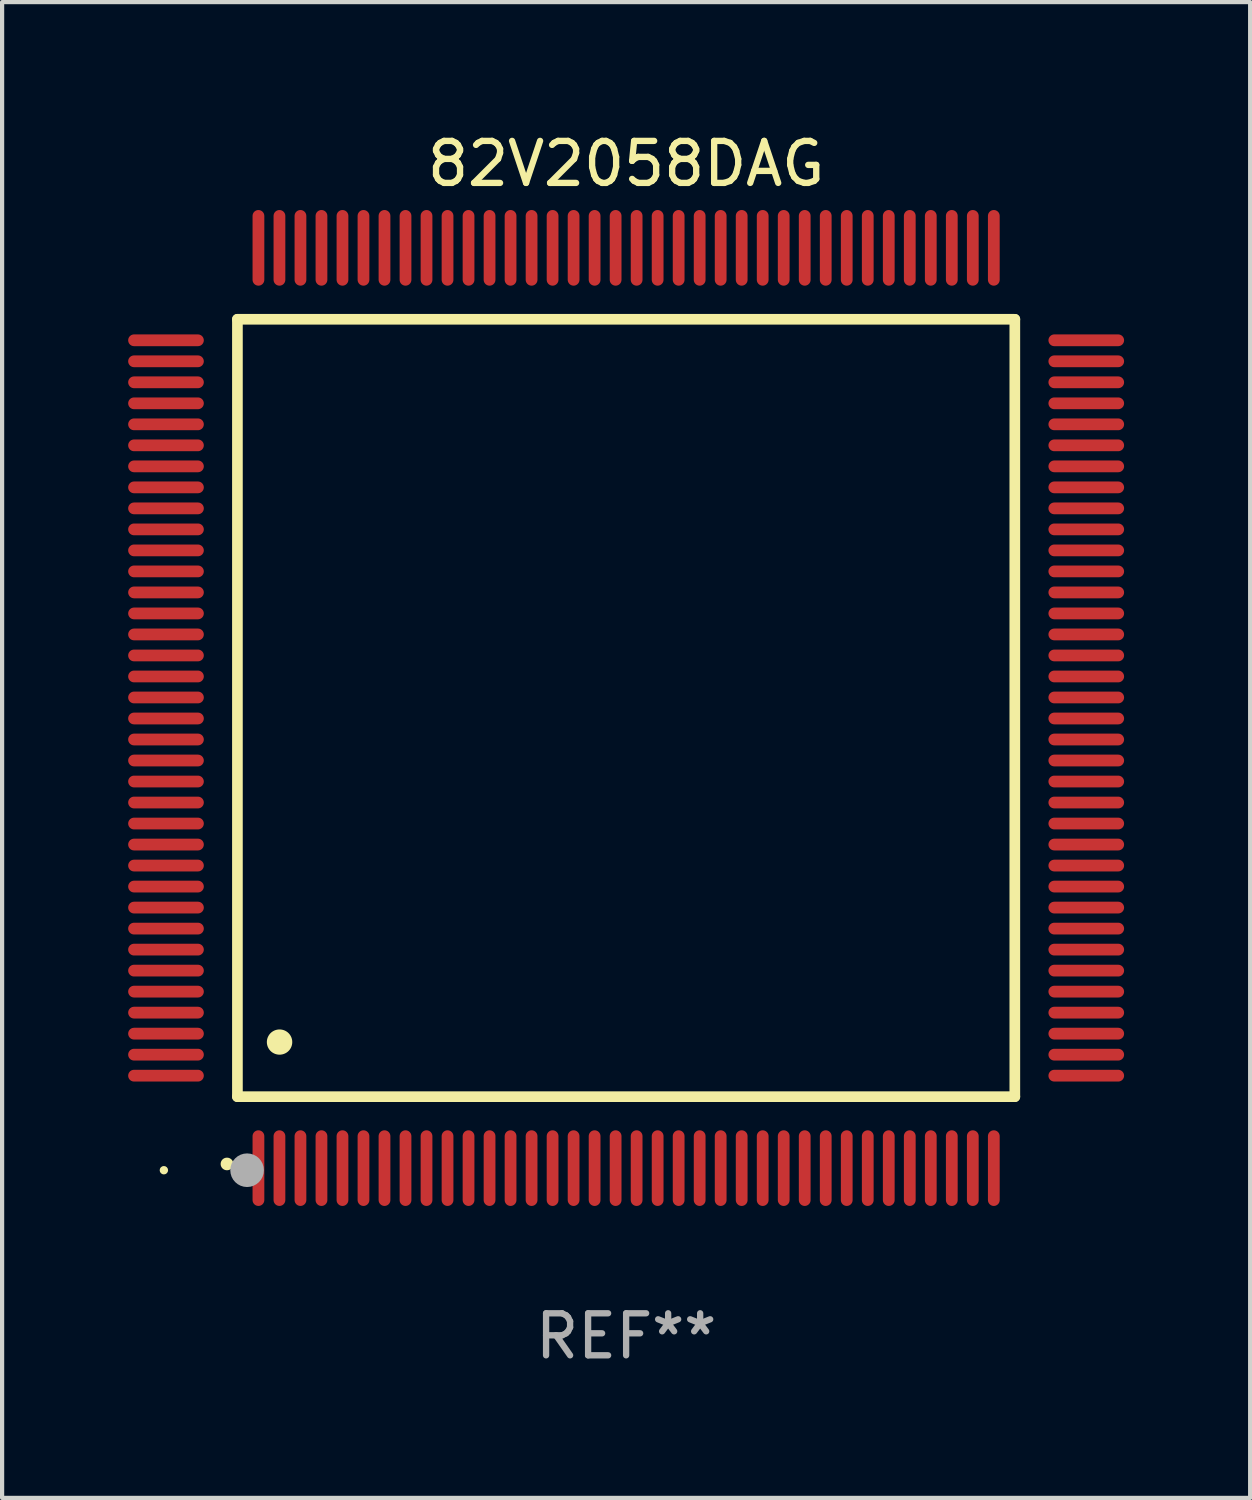
<source format=kicad_pcb>
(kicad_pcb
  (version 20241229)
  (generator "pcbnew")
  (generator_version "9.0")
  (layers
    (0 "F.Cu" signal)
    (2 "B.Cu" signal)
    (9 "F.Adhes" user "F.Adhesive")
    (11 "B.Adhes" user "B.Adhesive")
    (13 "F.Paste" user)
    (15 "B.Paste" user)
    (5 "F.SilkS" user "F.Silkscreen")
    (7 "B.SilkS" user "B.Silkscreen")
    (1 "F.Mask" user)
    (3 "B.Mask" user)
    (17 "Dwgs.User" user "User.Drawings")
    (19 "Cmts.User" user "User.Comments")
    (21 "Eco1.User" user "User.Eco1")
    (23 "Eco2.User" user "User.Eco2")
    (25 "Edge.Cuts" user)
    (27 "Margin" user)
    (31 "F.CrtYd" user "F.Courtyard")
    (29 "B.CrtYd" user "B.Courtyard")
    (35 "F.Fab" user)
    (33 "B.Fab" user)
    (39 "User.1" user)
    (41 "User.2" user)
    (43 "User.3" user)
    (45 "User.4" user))
  (footprint "82V2058DAG"
    (layer "F.Cu")
    (at 11.85 13.798)
    (property "Reference" "82V2058DAG" (at 0 -12.95 0) (layer "F.SilkS") (effects (font (size 1 1) (thickness 0.15))))
    (attr through_hole)
    (fp_line (start -9.25 -9.25) (end -9.25 9.25) (stroke (width 0.254) (type solid)) (layer "F.SilkS"))
    (fp_line (start -9.25 9.25) (end 9.25 9.25) (stroke (width 0.254) (type solid)) (layer "F.SilkS"))
    (fp_line (start 9.25 -9.25) (end -9.25 -9.25) (stroke (width 0.254) (type solid)) (layer "F.SilkS"))
    (fp_line (start 9.25 9.25) (end 9.25 -9.25) (stroke (width 0.254) (type solid)) (layer "F.SilkS"))
    (fp_arc (start -9.499619 10.850902) (mid -9.498349 10.850897) (end -9.497079 10.850902) (stroke (width 0.3) (type solid)) (layer "F.SilkS"))
    (fp_arc (start -8.249936 7.950216) (mid -8.247396 7.950205) (end -8.244856 7.950216) (stroke (width 0.6) (type solid)) (layer "F.SilkS"))
    (fp_circle (center -11 11) (end -10.95 11) (stroke (width 0.1) (type solid)) (fill no) (layer "F.SilkS"))
    (fp_circle (center -9.02 11) (end -8.82 11) (stroke (width 0.4) (type solid)) (fill no) (layer "F.Fab"))
    (fp_text user "REF**" (at 0 14.95 0) (layer "F.Fab") (effects (font (size 1 1) (thickness 0.15))))
    (pad "1" smd oval (at -8.75 10.95) (size 0.28 1.8) (layers "F.Cu" "F.Mask" "F.Paste"))
    (pad "2" smd oval (at -8.25 10.95) (size 0.28 1.8) (layers "F.Cu" "F.Mask" "F.Paste"))
    (pad "3" smd oval (at -7.75 10.95) (size 0.28 1.8) (layers "F.Cu" "F.Mask" "F.Paste"))
    (pad "4" smd oval (at -7.25 10.95) (size 0.28 1.8) (layers "F.Cu" "F.Mask" "F.Paste"))
    (pad "5" smd oval (at -6.75 10.95) (size 0.28 1.8) (layers "F.Cu" "F.Mask" "F.Paste"))
    (pad "6" smd oval (at -6.25 10.95) (size 0.28 1.8) (layers "F.Cu" "F.Mask" "F.Paste"))
    (pad "7" smd oval (at -5.75 10.95) (size 0.28 1.8) (layers "F.Cu" "F.Mask" "F.Paste"))
    (pad "8" smd oval (at -5.25 10.95) (size 0.28 1.8) (layers "F.Cu" "F.Mask" "F.Paste"))
    (pad "9" smd oval (at -4.75 10.95) (size 0.28 1.8) (layers "F.Cu" "F.Mask" "F.Paste"))
    (pad "10" smd oval (at -4.25 10.95) (size 0.28 1.8) (layers "F.Cu" "F.Mask" "F.Paste"))
    (pad "11" smd oval (at -3.75 10.95) (size 0.28 1.8) (layers "F.Cu" "F.Mask" "F.Paste"))
    (pad "12" smd oval (at -3.25 10.95) (size 0.28 1.8) (layers "F.Cu" "F.Mask" "F.Paste"))
    (pad "13" smd oval (at -2.75 10.95) (size 0.28 1.8) (layers "F.Cu" "F.Mask" "F.Paste"))
    (pad "14" smd oval (at -2.25 10.95) (size 0.28 1.8) (layers "F.Cu" "F.Mask" "F.Paste"))
    (pad "15" smd oval (at -1.75 10.95) (size 0.28 1.8) (layers "F.Cu" "F.Mask" "F.Paste"))
    (pad "16" smd oval (at -1.25 10.95) (size 0.28 1.8) (layers "F.Cu" "F.Mask" "F.Paste"))
    (pad "17" smd oval (at -0.75 10.95) (size 0.28 1.8) (layers "F.Cu" "F.Mask" "F.Paste"))
    (pad "18" smd oval (at -0.25 10.95) (size 0.28 1.8) (layers "F.Cu" "F.Mask" "F.Paste"))
    (pad "19" smd oval (at 0.25 10.95) (size 0.28 1.8) (layers "F.Cu" "F.Mask" "F.Paste"))
    (pad "20" smd oval (at 0.75 10.95) (size 0.28 1.8) (layers "F.Cu" "F.Mask" "F.Paste"))
    (pad "21" smd oval (at 1.25 10.95) (size 0.28 1.8) (layers "F.Cu" "F.Mask" "F.Paste"))
    (pad "22" smd oval (at 1.75 10.95) (size 0.28 1.8) (layers "F.Cu" "F.Mask" "F.Paste"))
    (pad "23" smd oval (at 2.25 10.95) (size 0.28 1.8) (layers "F.Cu" "F.Mask" "F.Paste"))
    (pad "24" smd oval (at 2.75 10.95) (size 0.28 1.8) (layers "F.Cu" "F.Mask" "F.Paste"))
    (pad "25" smd oval (at 3.25 10.95) (size 0.28 1.8) (layers "F.Cu" "F.Mask" "F.Paste"))
    (pad "26" smd oval (at 3.75 10.95) (size 0.28 1.8) (layers "F.Cu" "F.Mask" "F.Paste"))
    (pad "27" smd oval (at 4.25 10.95) (size 0.28 1.8) (layers "F.Cu" "F.Mask" "F.Paste"))
    (pad "28" smd oval (at 4.75 10.95) (size 0.28 1.8) (layers "F.Cu" "F.Mask" "F.Paste"))
    (pad "29" smd oval (at 5.25 10.95) (size 0.28 1.8) (layers "F.Cu" "F.Mask" "F.Paste"))
    (pad "30" smd oval (at 5.75 10.95) (size 0.28 1.8) (layers "F.Cu" "F.Mask" "F.Paste"))
    (pad "31" smd oval (at 6.25 10.95) (size 0.28 1.8) (layers "F.Cu" "F.Mask" "F.Paste"))
    (pad "32" smd oval (at 6.75 10.95) (size 0.28 1.8) (layers "F.Cu" "F.Mask" "F.Paste"))
    (pad "33" smd oval (at 7.25 10.95) (size 0.28 1.8) (layers "F.Cu" "F.Mask" "F.Paste"))
    (pad "34" smd oval (at 7.75 10.95) (size 0.28 1.8) (layers "F.Cu" "F.Mask" "F.Paste"))
    (pad "35" smd oval (at 8.25 10.95) (size 0.28 1.8) (layers "F.Cu" "F.Mask" "F.Paste"))
    (pad "36" smd oval (at 8.75 10.95) (size 0.28 1.8) (layers "F.Cu" "F.Mask" "F.Paste"))
    (pad "37" smd oval (at 10.95 8.75) (size 1.8 0.28) (layers "F.Cu" "F.Mask" "F.Paste"))
    (pad "38" smd oval (at 10.95 8.25) (size 1.8 0.28) (layers "F.Cu" "F.Mask" "F.Paste"))
    (pad "39" smd oval (at 10.95 7.75) (size 1.8 0.28) (layers "F.Cu" "F.Mask" "F.Paste"))
    (pad "40" smd oval (at 10.95 7.25) (size 1.8 0.28) (layers "F.Cu" "F.Mask" "F.Paste"))
    (pad "41" smd oval (at 10.95 6.75) (size 1.8 0.28) (layers "F.Cu" "F.Mask" "F.Paste"))
    (pad "42" smd oval (at 10.95 6.25) (size 1.8 0.28) (layers "F.Cu" "F.Mask" "F.Paste"))
    (pad "43" smd oval (at 10.95 5.75) (size 1.8 0.28) (layers "F.Cu" "F.Mask" "F.Paste"))
    (pad "44" smd oval (at 10.95 5.25) (size 1.8 0.28) (layers "F.Cu" "F.Mask" "F.Paste"))
    (pad "45" smd oval (at 10.95 4.75) (size 1.8 0.28) (layers "F.Cu" "F.Mask" "F.Paste"))
    (pad "46" smd oval (at 10.95 4.25) (size 1.8 0.28) (layers "F.Cu" "F.Mask" "F.Paste"))
    (pad "47" smd oval (at 10.95 3.75) (size 1.8 0.28) (layers "F.Cu" "F.Mask" "F.Paste"))
    (pad "48" smd oval (at 10.95 3.25) (size 1.8 0.28) (layers "F.Cu" "F.Mask" "F.Paste"))
    (pad "49" smd oval (at 10.95 2.75) (size 1.8 0.28) (layers "F.Cu" "F.Mask" "F.Paste"))
    (pad "50" smd oval (at 10.95 2.25) (size 1.8 0.28) (layers "F.Cu" "F.Mask" "F.Paste"))
    (pad "51" smd oval (at 10.95 1.75) (size 1.8 0.28) (layers "F.Cu" "F.Mask" "F.Paste"))
    (pad "52" smd oval (at 10.95 1.25) (size 1.8 0.28) (layers "F.Cu" "F.Mask" "F.Paste"))
    (pad "53" smd oval (at 10.95 0.75) (size 1.8 0.28) (layers "F.Cu" "F.Mask" "F.Paste"))
    (pad "54" smd oval (at 10.95 0.25) (size 1.8 0.28) (layers "F.Cu" "F.Mask" "F.Paste"))
    (pad "55" smd oval (at 10.95 -0.25) (size 1.8 0.28) (layers "F.Cu" "F.Mask" "F.Paste"))
    (pad "56" smd oval (at 10.95 -0.75) (size 1.8 0.28) (layers "F.Cu" "F.Mask" "F.Paste"))
    (pad "57" smd oval (at 10.95 -1.25) (size 1.8 0.28) (layers "F.Cu" "F.Mask" "F.Paste"))
    (pad "58" smd oval (at 10.95 -1.75) (size 1.8 0.28) (layers "F.Cu" "F.Mask" "F.Paste"))
    (pad "59" smd oval (at 10.95 -2.25) (size 1.8 0.28) (layers "F.Cu" "F.Mask" "F.Paste"))
    (pad "60" smd oval (at 10.95 -2.75) (size 1.8 0.28) (layers "F.Cu" "F.Mask" "F.Paste"))
    (pad "61" smd oval (at 10.95 -3.25) (size 1.8 0.28) (layers "F.Cu" "F.Mask" "F.Paste"))
    (pad "62" smd oval (at 10.95 -3.75) (size 1.8 0.28) (layers "F.Cu" "F.Mask" "F.Paste"))
    (pad "63" smd oval (at 10.95 -4.25) (size 1.8 0.28) (layers "F.Cu" "F.Mask" "F.Paste"))
    (pad "64" smd oval (at 10.95 -4.75) (size 1.8 0.28) (layers "F.Cu" "F.Mask" "F.Paste"))
    (pad "65" smd oval (at 10.95 -5.25) (size 1.8 0.28) (layers "F.Cu" "F.Mask" "F.Paste"))
    (pad "66" smd oval (at 10.95 -5.75) (size 1.8 0.28) (layers "F.Cu" "F.Mask" "F.Paste"))
    (pad "67" smd oval (at 10.95 -6.25) (size 1.8 0.28) (layers "F.Cu" "F.Mask" "F.Paste"))
    (pad "68" smd oval (at 10.95 -6.75) (size 1.8 0.28) (layers "F.Cu" "F.Mask" "F.Paste"))
    (pad "69" smd oval (at 10.95 -7.25) (size 1.8 0.28) (layers "F.Cu" "F.Mask" "F.Paste"))
    (pad "70" smd oval (at 10.95 -7.75) (size 1.8 0.28) (layers "F.Cu" "F.Mask" "F.Paste"))
    (pad "71" smd oval (at 10.95 -8.25) (size 1.8 0.28) (layers "F.Cu" "F.Mask" "F.Paste"))
    (pad "72" smd oval (at 10.95 -8.75) (size 1.8 0.28) (layers "F.Cu" "F.Mask" "F.Paste"))
    (pad "73" smd oval (at 8.75 -10.95) (size 0.28 1.8) (layers "F.Cu" "F.Mask" "F.Paste"))
    (pad "74" smd oval (at 8.25 -10.95) (size 0.28 1.8) (layers "F.Cu" "F.Mask" "F.Paste"))
    (pad "75" smd oval (at 7.75 -10.95) (size 0.28 1.8) (layers "F.Cu" "F.Mask" "F.Paste"))
    (pad "76" smd oval (at 7.25 -10.95) (size 0.28 1.8) (layers "F.Cu" "F.Mask" "F.Paste"))
    (pad "77" smd oval (at 6.75 -10.95) (size 0.28 1.8) (layers "F.Cu" "F.Mask" "F.Paste"))
    (pad "78" smd oval (at 6.25 -10.95) (size 0.28 1.8) (layers "F.Cu" "F.Mask" "F.Paste"))
    (pad "79" smd oval (at 5.75 -10.95) (size 0.28 1.8) (layers "F.Cu" "F.Mask" "F.Paste"))
    (pad "80" smd oval (at 5.25 -10.95) (size 0.28 1.8) (layers "F.Cu" "F.Mask" "F.Paste"))
    (pad "81" smd oval (at 4.75 -10.95) (size 0.28 1.8) (layers "F.Cu" "F.Mask" "F.Paste"))
    (pad "82" smd oval (at 4.25 -10.95) (size 0.28 1.8) (layers "F.Cu" "F.Mask" "F.Paste"))
    (pad "83" smd oval (at 3.75 -10.95) (size 0.28 1.8) (layers "F.Cu" "F.Mask" "F.Paste"))
    (pad "84" smd oval (at 3.25 -10.95) (size 0.28 1.8) (layers "F.Cu" "F.Mask" "F.Paste"))
    (pad "85" smd oval (at 2.75 -10.95) (size 0.28 1.8) (layers "F.Cu" "F.Mask" "F.Paste"))
    (pad "86" smd oval (at 2.25 -10.95) (size 0.28 1.8) (layers "F.Cu" "F.Mask" "F.Paste"))
    (pad "87" smd oval (at 1.75 -10.95) (size 0.28 1.8) (layers "F.Cu" "F.Mask" "F.Paste"))
    (pad "88" smd oval (at 1.25 -10.95) (size 0.28 1.8) (layers "F.Cu" "F.Mask" "F.Paste"))
    (pad "89" smd oval (at 0.75 -10.95) (size 0.28 1.8) (layers "F.Cu" "F.Mask" "F.Paste"))
    (pad "90" smd oval (at 0.25 -10.95) (size 0.28 1.8) (layers "F.Cu" "F.Mask" "F.Paste"))
    (pad "91" smd oval (at -0.25 -10.95) (size 0.28 1.8) (layers "F.Cu" "F.Mask" "F.Paste"))
    (pad "92" smd oval (at -0.75 -10.95) (size 0.28 1.8) (layers "F.Cu" "F.Mask" "F.Paste"))
    (pad "93" smd oval (at -1.25 -10.95) (size 0.28 1.8) (layers "F.Cu" "F.Mask" "F.Paste"))
    (pad "94" smd oval (at -1.75 -10.95) (size 0.28 1.8) (layers "F.Cu" "F.Mask" "F.Paste"))
    (pad "95" smd oval (at -2.25 -10.95) (size 0.28 1.8) (layers "F.Cu" "F.Mask" "F.Paste"))
    (pad "96" smd oval (at -2.75 -10.95) (size 0.28 1.8) (layers "F.Cu" "F.Mask" "F.Paste"))
    (pad "97" smd oval (at -3.25 -10.95) (size 0.28 1.8) (layers "F.Cu" "F.Mask" "F.Paste"))
    (pad "98" smd oval (at -3.75 -10.95) (size 0.28 1.8) (layers "F.Cu" "F.Mask" "F.Paste"))
    (pad "99" smd oval (at -4.25 -10.95) (size 0.28 1.8) (layers "F.Cu" "F.Mask" "F.Paste"))
    (pad "100" smd oval (at -4.75 -10.95) (size 0.28 1.8) (layers "F.Cu" "F.Mask" "F.Paste"))
    (pad "101" smd oval (at -5.25 -10.95) (size 0.28 1.8) (layers "F.Cu" "F.Mask" "F.Paste"))
    (pad "102" smd oval (at -5.75 -10.95) (size 0.28 1.8) (layers "F.Cu" "F.Mask" "F.Paste"))
    (pad "103" smd oval (at -6.25 -10.95) (size 0.28 1.8) (layers "F.Cu" "F.Mask" "F.Paste"))
    (pad "104" smd oval (at -6.75 -10.95) (size 0.28 1.8) (layers "F.Cu" "F.Mask" "F.Paste"))
    (pad "105" smd oval (at -7.25 -10.95) (size 0.28 1.8) (layers "F.Cu" "F.Mask" "F.Paste"))
    (pad "106" smd oval (at -7.75 -10.95) (size 0.28 1.8) (layers "F.Cu" "F.Mask" "F.Paste"))
    (pad "107" smd oval (at -8.25 -10.95) (size 0.28 1.8) (layers "F.Cu" "F.Mask" "F.Paste"))
    (pad "108" smd oval (at -8.75 -10.95) (size 0.28 1.8) (layers "F.Cu" "F.Mask" "F.Paste"))
    (pad "109" smd oval (at -10.95 -8.75) (size 1.8 0.28) (layers "F.Cu" "F.Mask" "F.Paste"))
    (pad "110" smd oval (at -10.95 -8.25) (size 1.8 0.28) (layers "F.Cu" "F.Mask" "F.Paste"))
    (pad "111" smd oval (at -10.95 -7.75) (size 1.8 0.28) (layers "F.Cu" "F.Mask" "F.Paste"))
    (pad "112" smd oval (at -10.95 -7.25) (size 1.8 0.28) (layers "F.Cu" "F.Mask" "F.Paste"))
    (pad "113" smd oval (at -10.95 -6.75) (size 1.8 0.28) (layers "F.Cu" "F.Mask" "F.Paste"))
    (pad "114" smd oval (at -10.95 -6.25) (size 1.8 0.28) (layers "F.Cu" "F.Mask" "F.Paste"))
    (pad "115" smd oval (at -10.95 -5.75) (size 1.8 0.28) (layers "F.Cu" "F.Mask" "F.Paste"))
    (pad "116" smd oval (at -10.95 -5.25) (size 1.8 0.28) (layers "F.Cu" "F.Mask" "F.Paste"))
    (pad "117" smd oval (at -10.95 -4.75) (size 1.8 0.28) (layers "F.Cu" "F.Mask" "F.Paste"))
    (pad "118" smd oval (at -10.95 -4.25) (size 1.8 0.28) (layers "F.Cu" "F.Mask" "F.Paste"))
    (pad "119" smd oval (at -10.95 -3.75) (size 1.8 0.28) (layers "F.Cu" "F.Mask" "F.Paste"))
    (pad "120" smd oval (at -10.95 -3.25) (size 1.8 0.28) (layers "F.Cu" "F.Mask" "F.Paste"))
    (pad "121" smd oval (at -10.95 -2.75) (size 1.8 0.28) (layers "F.Cu" "F.Mask" "F.Paste"))
    (pad "122" smd oval (at -10.95 -2.25) (size 1.8 0.28) (layers "F.Cu" "F.Mask" "F.Paste"))
    (pad "123" smd oval (at -10.95 -1.75) (size 1.8 0.28) (layers "F.Cu" "F.Mask" "F.Paste"))
    (pad "124" smd oval (at -10.95 -1.25) (size 1.8 0.28) (layers "F.Cu" "F.Mask" "F.Paste"))
    (pad "125" smd oval (at -10.95 -0.75) (size 1.8 0.28) (layers "F.Cu" "F.Mask" "F.Paste"))
    (pad "126" smd oval (at -10.95 -0.25) (size 1.8 0.28) (layers "F.Cu" "F.Mask" "F.Paste"))
    (pad "127" smd oval (at -10.95 0.25) (size 1.8 0.28) (layers "F.Cu" "F.Mask" "F.Paste"))
    (pad "128" smd oval (at -10.95 0.75) (size 1.8 0.28) (layers "F.Cu" "F.Mask" "F.Paste"))
    (pad "129" smd oval (at -10.95 1.25) (size 1.8 0.28) (layers "F.Cu" "F.Mask" "F.Paste"))
    (pad "130" smd oval (at -10.95 1.75) (size 1.8 0.28) (layers "F.Cu" "F.Mask" "F.Paste"))
    (pad "131" smd oval (at -10.95 2.25) (size 1.8 0.28) (layers "F.Cu" "F.Mask" "F.Paste"))
    (pad "132" smd oval (at -10.95 2.75) (size 1.8 0.28) (layers "F.Cu" "F.Mask" "F.Paste"))
    (pad "133" smd oval (at -10.95 3.25) (size 1.8 0.28) (layers "F.Cu" "F.Mask" "F.Paste"))
    (pad "134" smd oval (at -10.95 3.75) (size 1.8 0.28) (layers "F.Cu" "F.Mask" "F.Paste"))
    (pad "135" smd oval (at -10.95 4.25) (size 1.8 0.28) (layers "F.Cu" "F.Mask" "F.Paste"))
    (pad "136" smd oval (at -10.95 4.75) (size 1.8 0.28) (layers "F.Cu" "F.Mask" "F.Paste"))
    (pad "137" smd oval (at -10.95 5.25) (size 1.8 0.28) (layers "F.Cu" "F.Mask" "F.Paste"))
    (pad "138" smd oval (at -10.95 5.75) (size 1.8 0.28) (layers "F.Cu" "F.Mask" "F.Paste"))
    (pad "139" smd oval (at -10.95 6.25) (size 1.8 0.28) (layers "F.Cu" "F.Mask" "F.Paste"))
    (pad "140" smd oval (at -10.95 6.75) (size 1.8 0.28) (layers "F.Cu" "F.Mask" "F.Paste"))
    (pad "141" smd oval (at -10.95 7.25) (size 1.8 0.28) (layers "F.Cu" "F.Mask" "F.Paste"))
    (pad "142" smd oval (at -10.95 7.75) (size 1.8 0.28) (layers "F.Cu" "F.Mask" "F.Paste"))
    (pad "143" smd oval (at -10.95 8.25) (size 1.8 0.28) (layers "F.Cu" "F.Mask" "F.Paste"))
    (pad "144" smd oval (at -10.95 8.75) (size 1.8 0.28) (layers "F.Cu" "F.Mask" "F.Paste")))
  (gr_rect
    (start -3 -3)
    (end 26.7 32.596)
    (stroke (width 0.1) (type default))
    (fill no)
    (layer "Edge.Cuts")))
</source>
